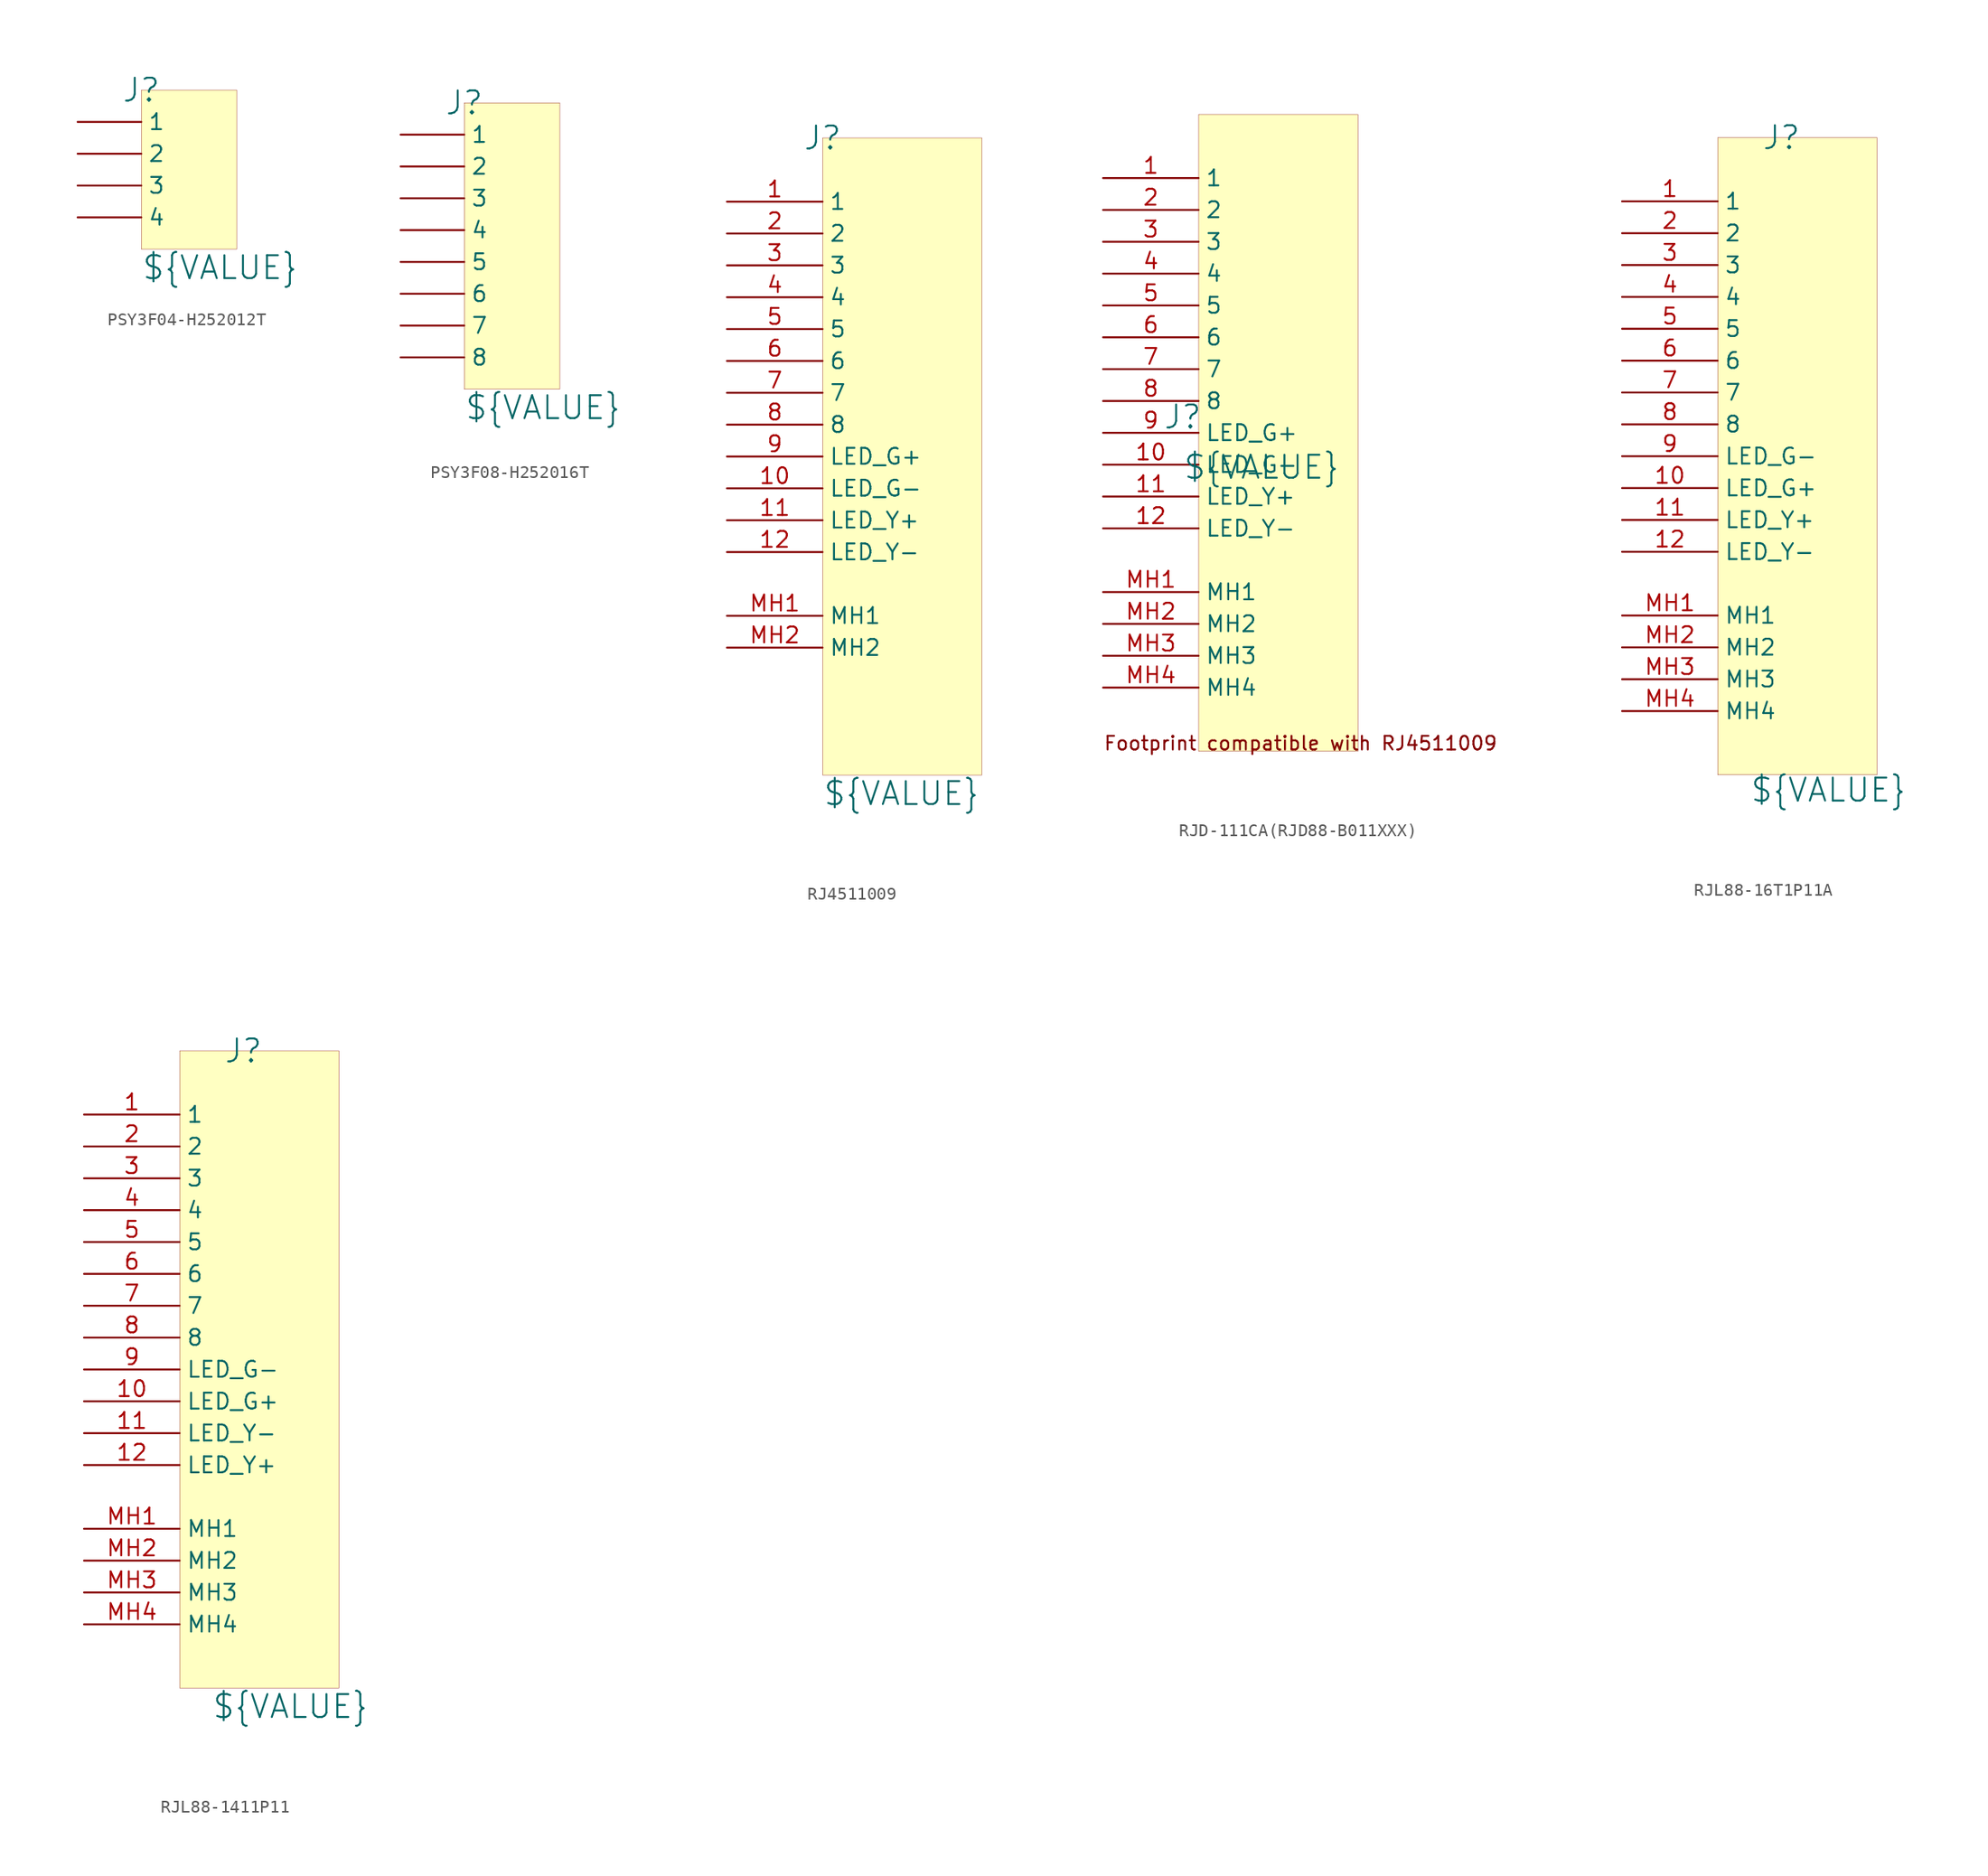
<source format=kicad_sym>
(kicad_symbol_lib
  (version 20241209)
  (generator "kicad_symbol_editor")
  (generator_version "9.0")
  (symbol "PSY3F04-H252012T"
    (pin_numbers
      (hide yes))
    (property "Reference" "J"
      (at 0 0 0)
      (effects (font (size 1.829 1.829))))
    (property "Value" "${VALUE}"
      (at 0 -15.24 0)
      (effects (font (size 1.829 1.829)) (justify left bottom)))
    (symbol "PSY3F04-H252012T_1_0"
      (rectangle (start 7.62 0) (end 0 -12.7) (stroke (width 0.025) (type solid) (color 128 0 0 1)) (fill (type background)))
      (pin passive line (at -5.08 -2.54 0) (length 5.08) (name "1" (effects (font (size 1.27 1.27)))) (number "1" (effects (font (size 1.27 1.27)))))
      (pin passive line (at -5.08 -5.08 0) (length 5.08) (name "2" (effects (font (size 1.27 1.27)))) (number "2" (effects (font (size 1.27 1.27)))))
      (pin passive line (at -5.08 -7.62 0) (length 5.08) (name "3" (effects (font (size 1.27 1.27)))) (number "3" (effects (font (size 1.27 1.27)))))
      (pin passive line (at -5.08 -10.16 0) (length 5.08) (name "4" (effects (font (size 1.27 1.27)))) (number "4" (effects (font (size 1.27 1.27)))))))
  (symbol "PSY3F08-H252016T"
    (pin_numbers
      (hide yes))
    (property "Reference" "J"
      (at 0 0 0)
      (effects (font (size 1.829 1.829))))
    (property "Value" "${VALUE}"
      (at 0 -25.4 0)
      (effects (font (size 1.829 1.829)) (justify left bottom)))
    (symbol "PSY3F08-H252016T_1_0"
      (rectangle (start 7.62 0) (end 0 -22.86) (stroke (width 0.025) (type solid) (color 128 0 0 1)) (fill (type background)))
      (pin passive line (at -5.08 -2.54 0) (length 5.08) (name "1" (effects (font (size 1.27 1.27)))) (number "1" (effects (font (size 1.27 1.27)))))
      (pin passive line (at -5.08 -5.08 0) (length 5.08) (name "2" (effects (font (size 1.27 1.27)))) (number "2" (effects (font (size 1.27 1.27)))))
      (pin passive line (at -5.08 -7.62 0) (length 5.08) (name "3" (effects (font (size 1.27 1.27)))) (number "3" (effects (font (size 1.27 1.27)))))
      (pin passive line (at -5.08 -10.16 0) (length 5.08) (name "4" (effects (font (size 1.27 1.27)))) (number "4" (effects (font (size 1.27 1.27)))))
      (pin passive line (at -5.08 -12.7 0) (length 5.08) (name "5" (effects (font (size 1.27 1.27)))) (number "5" (effects (font (size 1.27 1.27)))))
      (pin passive line (at -5.08 -15.24 0) (length 5.08) (name "6" (effects (font (size 1.27 1.27)))) (number "6" (effects (font (size 1.27 1.27)))))
      (pin passive line (at -5.08 -17.78 0) (length 5.08) (name "7" (effects (font (size 1.27 1.27)))) (number "7" (effects (font (size 1.27 1.27)))))
      (pin passive line (at -5.08 -20.32 0) (length 5.08) (name "8" (effects (font (size 1.27 1.27)))) (number "8" (effects (font (size 1.27 1.27)))))))
  (symbol "RJ4511009"
    (property "Reference" "J"
      (at 0 25.4 0)
      (effects (font (size 1.829 1.829))))
    (property "Value" "${VALUE}"
      (at 0 -27.94 0)
      (effects (font (size 1.829 1.829)) (justify left bottom)))
    (symbol "RJ4511009_1_0"
      (rectangle (start 12.7 25.4) (end 0 -25.4) (stroke (width 0.025) (type solid) (color 128 0 0 1)) (fill (type background)))
      (pin passive line (at -7.62 20.32 0) (length 7.62) (name "1" (effects (font (size 1.27 1.27)))) (number "1" (effects (font (size 1.27 1.27)))))
      (pin passive line (at -7.62 17.78 0) (length 7.62) (name "2" (effects (font (size 1.27 1.27)))) (number "2" (effects (font (size 1.27 1.27)))))
      (pin passive line (at -7.62 15.24 0) (length 7.62) (name "3" (effects (font (size 1.27 1.27)))) (number "3" (effects (font (size 1.27 1.27)))))
      (pin passive line (at -7.62 12.7 0) (length 7.62) (name "4" (effects (font (size 1.27 1.27)))) (number "4" (effects (font (size 1.27 1.27)))))
      (pin passive line (at -7.62 10.16 0) (length 7.62) (name "5" (effects (font (size 1.27 1.27)))) (number "5" (effects (font (size 1.27 1.27)))))
      (pin passive line (at -7.62 7.62 0) (length 7.62) (name "6" (effects (font (size 1.27 1.27)))) (number "6" (effects (font (size 1.27 1.27)))))
      (pin passive line (at -7.62 5.08 0) (length 7.62) (name "7" (effects (font (size 1.27 1.27)))) (number "7" (effects (font (size 1.27 1.27)))))
      (pin passive line (at -7.62 2.54 0) (length 7.62) (name "8" (effects (font (size 1.27 1.27)))) (number "8" (effects (font (size 1.27 1.27)))))
      (pin passive line (at -7.62 0 0) (length 7.62) (name "LED_G+" (effects (font (size 1.27 1.27)))) (number "9" (effects (font (size 1.27 1.27)))))
      (pin passive line (at -7.62 -2.54 0) (length 7.62) (name "LED_G-" (effects (font (size 1.27 1.27)))) (number "10" (effects (font (size 1.27 1.27)))))
      (pin passive line (at -7.62 -5.08 0) (length 7.62) (name "LED_Y+" (effects (font (size 1.27 1.27)))) (number "11" (effects (font (size 1.27 1.27)))))
      (pin passive line (at -7.62 -7.62 0) (length 7.62) (name "LED_Y-" (effects (font (size 1.27 1.27)))) (number "12" (effects (font (size 1.27 1.27)))))
      (pin passive line (at -7.62 -12.7 0) (length 7.62) (name "MH1" (effects (font (size 1.27 1.27)))) (number "MH1" (effects (font (size 1.27 1.27)))))
      (pin passive line (at -7.62 -15.24 0) (length 7.62) (name "MH2" (effects (font (size 1.27 1.27)))) (number "MH2" (effects (font (size 1.27 1.27)))))))
  (symbol "RJD-111CA(RJD88-B011XXX)"
    (property "Reference" "J"
      (at -1.27 1.27 0)
      (effects (font (size 1.829 1.829))))
    (property "Value" "${VALUE}"
      (at -1.27 -3.81 0)
      (effects (font (size 1.829 1.829)) (justify left bottom)))
    (symbol "RJD-111CA(RJD88-B011XXX)_1_0"
      (rectangle (start 12.7 25.4) (end 0 -25.4) (stroke (width 0.025) (type solid) (color 128 0 0 1)) (fill (type background)))
      (text "Footprint compatible with RJ4511009" (at -7.62 -25.4 0) (effects (font (size 1.092 1.092)) (justify left bottom)))
      (pin passive line (at -7.62 20.32 0) (length 7.62) (name "1" (effects (font (size 1.27 1.27)))) (number "1" (effects (font (size 1.27 1.27)))))
      (pin passive line (at -7.62 17.78 0) (length 7.62) (name "2" (effects (font (size 1.27 1.27)))) (number "2" (effects (font (size 1.27 1.27)))))
      (pin passive line (at -7.62 15.24 0) (length 7.62) (name "3" (effects (font (size 1.27 1.27)))) (number "3" (effects (font (size 1.27 1.27)))))
      (pin passive line (at -7.62 12.7 0) (length 7.62) (name "4" (effects (font (size 1.27 1.27)))) (number "4" (effects (font (size 1.27 1.27)))))
      (pin passive line (at -7.62 10.16 0) (length 7.62) (name "5" (effects (font (size 1.27 1.27)))) (number "5" (effects (font (size 1.27 1.27)))))
      (pin passive line (at -7.62 7.62 0) (length 7.62) (name "6" (effects (font (size 1.27 1.27)))) (number "6" (effects (font (size 1.27 1.27)))))
      (pin passive line (at -7.62 5.08 0) (length 7.62) (name "7" (effects (font (size 1.27 1.27)))) (number "7" (effects (font (size 1.27 1.27)))))
      (pin passive line (at -7.62 2.54 0) (length 7.62) (name "8" (effects (font (size 1.27 1.27)))) (number "8" (effects (font (size 1.27 1.27)))))
      (pin passive line (at -7.62 0 0) (length 7.62) (name "LED_G+" (effects (font (size 1.27 1.27)))) (number "9" (effects (font (size 1.27 1.27)))))
      (pin passive line (at -7.62 -2.54 0) (length 7.62) (name "LED_G-" (effects (font (size 1.27 1.27)))) (number "10" (effects (font (size 1.27 1.27)))))
      (pin passive line (at -7.62 -5.08 0) (length 7.62) (name "LED_Y+" (effects (font (size 1.27 1.27)))) (number "11" (effects (font (size 1.27 1.27)))))
      (pin passive line (at -7.62 -7.62 0) (length 7.62) (name "LED_Y-" (effects (font (size 1.27 1.27)))) (number "12" (effects (font (size 1.27 1.27)))))
      (pin passive line (at -7.62 -12.7 0) (length 7.62) (name "MH1" (effects (font (size 1.27 1.27)))) (number "MH1" (effects (font (size 1.27 1.27)))))
      (pin passive line (at -7.62 -15.24 0) (length 7.62) (name "MH2" (effects (font (size 1.27 1.27)))) (number "MH2" (effects (font (size 1.27 1.27)))))
      (pin passive line (at -7.62 -17.78 0) (length 7.62) (name "MH3" (effects (font (size 1.27 1.27)))) (number "MH3" (effects (font (size 1.27 1.27)))))
      (pin passive line (at -7.62 -20.32 0) (length 7.62) (name "MH4" (effects (font (size 1.27 1.27)))) (number "MH4" (effects (font (size 1.27 1.27)))))))
  (symbol "RJL88-16T1P11A"
    (property "Reference" "J"
      (at 5.08 25.4 0)
      (effects (font (size 1.829 1.829))))
    (property "Value" "${VALUE}"
      (at 2.54 -27.686 0)
      (effects (font (size 1.829 1.829)) (justify left bottom)))
    (symbol "RJL88-16T1P11A_1_0"
      (rectangle (start 12.7 25.4) (end 0 -25.4) (stroke (width 0.025) (type solid) (color 128 0 0 1)) (fill (type background)))
      (pin passive line (at -7.62 20.32 0) (length 7.62) (name "1" (effects (font (size 1.27 1.27)))) (number "1" (effects (font (size 1.27 1.27)))))
      (pin passive line (at -7.62 17.78 0) (length 7.62) (name "2" (effects (font (size 1.27 1.27)))) (number "2" (effects (font (size 1.27 1.27)))))
      (pin passive line (at -7.62 15.24 0) (length 7.62) (name "3" (effects (font (size 1.27 1.27)))) (number "3" (effects (font (size 1.27 1.27)))))
      (pin passive line (at -7.62 12.7 0) (length 7.62) (name "4" (effects (font (size 1.27 1.27)))) (number "4" (effects (font (size 1.27 1.27)))))
      (pin passive line (at -7.62 10.16 0) (length 7.62) (name "5" (effects (font (size 1.27 1.27)))) (number "5" (effects (font (size 1.27 1.27)))))
      (pin passive line (at -7.62 7.62 0) (length 7.62) (name "6" (effects (font (size 1.27 1.27)))) (number "6" (effects (font (size 1.27 1.27)))))
      (pin passive line (at -7.62 5.08 0) (length 7.62) (name "7" (effects (font (size 1.27 1.27)))) (number "7" (effects (font (size 1.27 1.27)))))
      (pin passive line (at -7.62 2.54 0) (length 7.62) (name "8" (effects (font (size 1.27 1.27)))) (number "8" (effects (font (size 1.27 1.27)))))
      (pin passive line (at -7.62 0 0) (length 7.62) (name "LED_G-" (effects (font (size 1.27 1.27)))) (number "9" (effects (font (size 1.27 1.27)))))
      (pin passive line (at -7.62 -2.54 0) (length 7.62) (name "LED_G+" (effects (font (size 1.27 1.27)))) (number "10" (effects (font (size 1.27 1.27)))))
      (pin passive line (at -7.62 -5.08 0) (length 7.62) (name "LED_Y+" (effects (font (size 1.27 1.27)))) (number "11" (effects (font (size 1.27 1.27)))))
      (pin passive line (at -7.62 -7.62 0) (length 7.62) (name "LED_Y-" (effects (font (size 1.27 1.27)))) (number "12" (effects (font (size 1.27 1.27)))))
      (pin passive line (at -7.62 -12.7 0) (length 7.62) (name "MH1" (effects (font (size 1.27 1.27)))) (number "MH1" (effects (font (size 1.27 1.27)))))
      (pin passive line (at -7.62 -15.24 0) (length 7.62) (name "MH2" (effects (font (size 1.27 1.27)))) (number "MH2" (effects (font (size 1.27 1.27)))))
      (pin passive line (at -7.62 -17.78 0) (length 7.62) (name "MH3" (effects (font (size 1.27 1.27)))) (number "MH3" (effects (font (size 1.27 1.27)))))
      (pin passive line (at -7.62 -20.32 0) (length 7.62) (name "MH4" (effects (font (size 1.27 1.27)))) (number "MH4" (effects (font (size 1.27 1.27)))))))
  (symbol "RJL88-1411P11"
    (property "Reference" "J"
      (at 5.08 25.4 0)
      (effects (font (size 1.829 1.829))))
    (property "Value" "${VALUE}"
      (at 2.54 -27.94 0)
      (effects (font (size 1.829 1.829)) (justify left bottom)))
    (symbol "RJL88-1411P11_1_0"
      (rectangle (start 12.7 25.4) (end 0 -25.4) (stroke (width 0.025) (type solid) (color 128 0 0 1)) (fill (type background)))
      (pin passive line (at -7.62 20.32 0) (length 7.62) (name "1" (effects (font (size 1.27 1.27)))) (number "1" (effects (font (size 1.27 1.27)))))
      (pin passive line (at -7.62 17.78 0) (length 7.62) (name "2" (effects (font (size 1.27 1.27)))) (number "2" (effects (font (size 1.27 1.27)))))
      (pin passive line (at -7.62 15.24 0) (length 7.62) (name "3" (effects (font (size 1.27 1.27)))) (number "3" (effects (font (size 1.27 1.27)))))
      (pin passive line (at -7.62 12.7 0) (length 7.62) (name "4" (effects (font (size 1.27 1.27)))) (number "4" (effects (font (size 1.27 1.27)))))
      (pin passive line (at -7.62 10.16 0) (length 7.62) (name "5" (effects (font (size 1.27 1.27)))) (number "5" (effects (font (size 1.27 1.27)))))
      (pin passive line (at -7.62 7.62 0) (length 7.62) (name "6" (effects (font (size 1.27 1.27)))) (number "6" (effects (font (size 1.27 1.27)))))
      (pin passive line (at -7.62 5.08 0) (length 7.62) (name "7" (effects (font (size 1.27 1.27)))) (number "7" (effects (font (size 1.27 1.27)))))
      (pin passive line (at -7.62 2.54 0) (length 7.62) (name "8" (effects (font (size 1.27 1.27)))) (number "8" (effects (font (size 1.27 1.27)))))
      (pin passive line (at -7.62 0 0) (length 7.62) (name "LED_G-" (effects (font (size 1.27 1.27)))) (number "9" (effects (font (size 1.27 1.27)))))
      (pin passive line (at -7.62 -2.54 0) (length 7.62) (name "LED_G+" (effects (font (size 1.27 1.27)))) (number "10" (effects (font (size 1.27 1.27)))))
      (pin passive line (at -7.62 -5.08 0) (length 7.62) (name "LED_Y-" (effects (font (size 1.27 1.27)))) (number "11" (effects (font (size 1.27 1.27)))))
      (pin passive line (at -7.62 -7.62 0) (length 7.62) (name "LED_Y+" (effects (font (size 1.27 1.27)))) (number "12" (effects (font (size 1.27 1.27)))))
      (pin passive line (at -7.62 -12.7 0) (length 7.62) (name "MH1" (effects (font (size 1.27 1.27)))) (number "MH1" (effects (font (size 1.27 1.27)))))
      (pin passive line (at -7.62 -15.24 0) (length 7.62) (name "MH2" (effects (font (size 1.27 1.27)))) (number "MH2" (effects (font (size 1.27 1.27)))))
      (pin passive line (at -7.62 -17.78 0) (length 7.62) (name "MH3" (effects (font (size 1.27 1.27)))) (number "MH3" (effects (font (size 1.27 1.27)))))
      (pin passive line (at -7.62 -20.32 0) (length 7.62) (name "MH4" (effects (font (size 1.27 1.27)))) (number "MH4" (effects (font (size 1.27 1.27))))))))
</source>
